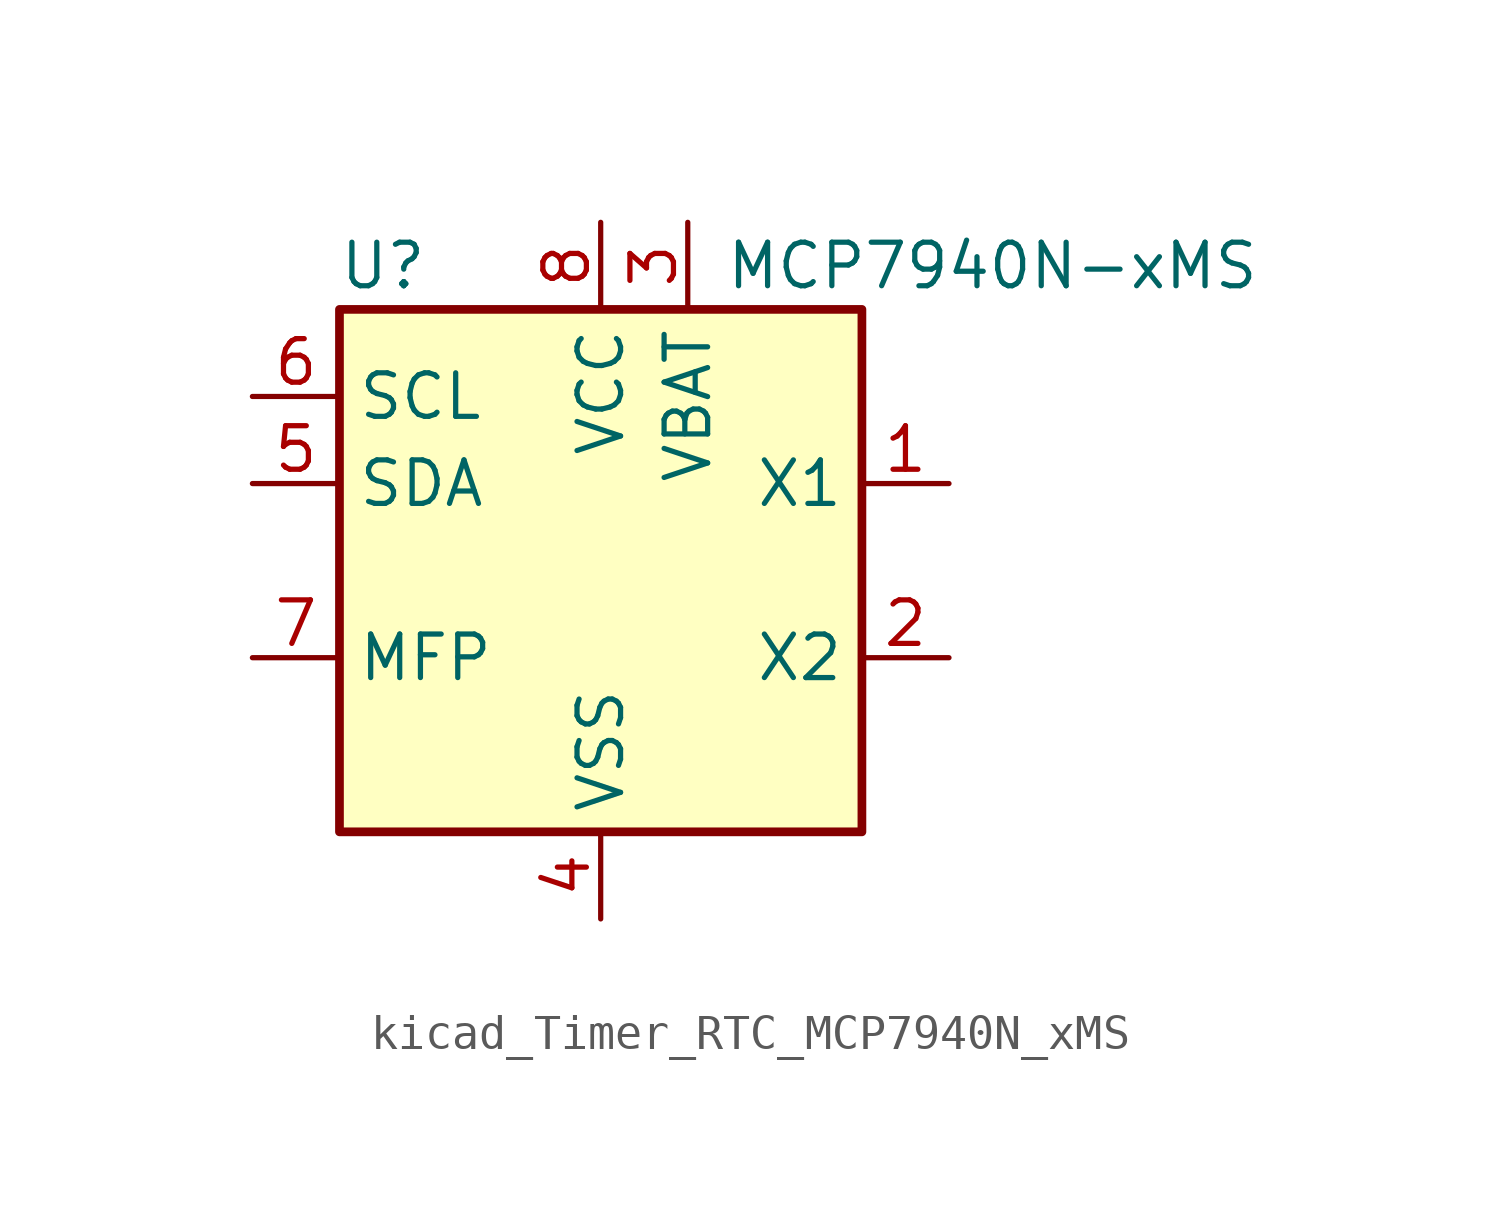
<source format=kicad_sym>
(kicad_symbol_lib
  (version 20220914)
  (generator kicad_symbol_editor)
  (symbol "kicad_Timer_RTC_MCP7940N_xMS"
    (property "Reference" "U"
      (at -6.35 8.89 0)
      (effects (font (size 1.27 1.27))))
    (property "Value" "MCP7940N-xMS"
      (at 11.43 8.89 0)
      (effects (font (size 1.27 1.27))))
    (symbol "kicad_Timer_RTC_MCP7940N_xMS_0_1"
      (rectangle (start -7.62 7.62) (end 7.62 -7.62) (stroke (width 0.254) (type default)) (fill (type background))))
    (symbol "kicad_Timer_RTC_MCP7940N_xMS_1_1"
      (pin input line (at 10.16 2.54 180) (length 2.54) (name "X1" (effects (font (size 1.27 1.27)))) (number "1" (effects (font (size 1.27 1.27)))))
      (pin output line (at 10.16 -2.54 180) (length 2.54) (name "X2" (effects (font (size 1.27 1.27)))) (number "2" (effects (font (size 1.27 1.27)))))
      (pin power_in line (at 2.54 10.16 270) (length 2.54) (name "VBAT" (effects (font (size 1.27 1.27)))) (number "3" (effects (font (size 1.27 1.27)))))
      (pin power_in line (at 0 -10.16 90) (length 2.54) (name "VSS" (effects (font (size 1.27 1.27)))) (number "4" (effects (font (size 1.27 1.27)))))
      (pin bidirectional line (at -10.16 2.54 0) (length 2.54) (name "SDA" (effects (font (size 1.27 1.27)))) (number "5" (effects (font (size 1.27 1.27)))))
      (pin input line (at -10.16 5.08 0) (length 2.54) (name "SCL" (effects (font (size 1.27 1.27)))) (number "6" (effects (font (size 1.27 1.27)))))
      (pin open_collector line (at -10.16 -2.54 0) (length 2.54) (name "MFP" (effects (font (size 1.27 1.27)))) (number "7" (effects (font (size 1.27 1.27)))))
      (pin power_in line (at 0 10.16 270) (length 2.54) (name "VCC" (effects (font (size 1.27 1.27)))) (number "8" (effects (font (size 1.27 1.27))))))))
</source>
